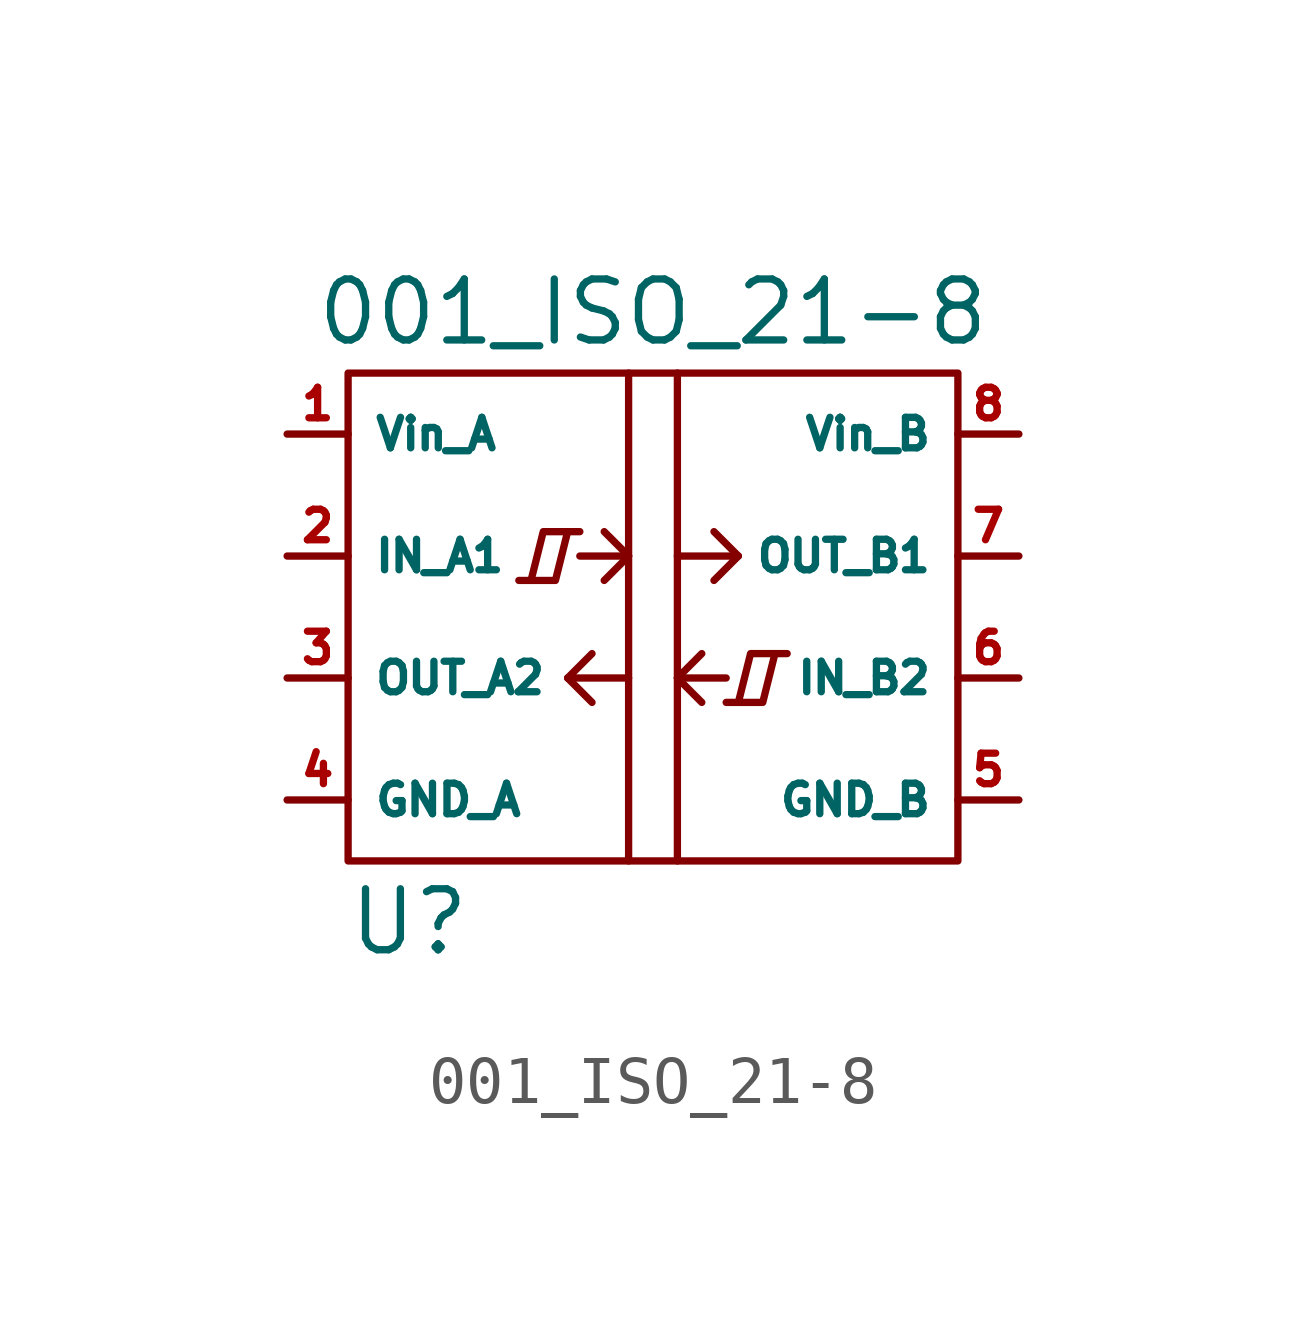
<source format=kicad_sym>
(kicad_symbol_lib
  (version 20211014)
  (generator kicad_symbol_editor)
  (symbol "001_ISO_21-8"
    (property "Reference" "U"
      (at -5.08 -5.08 0)
      (effects (font (size 1.27 1.27))))
    (property "Value" "001_ISO_21-8"
      (at 0 7.62 0)
      (effects (font (size 1.27 1.27))))
    (symbol "001_ISO_21-8_0_1"
      (rectangle (start -6.35 6.35) (end 6.35 -3.81) (stroke (width 0) (type default) (color 0 0 0 0)) (fill (type none)))
      (polyline (pts (xy -1.524 2.54) (xy -0.508 2.54)) (stroke (width 0) (type default) (color 0 0 0 0)) (fill (type none)))
      (polyline (pts (xy -0.508 0) (xy -1.778 0)) (stroke (width 0) (type default) (color 0 0 0 0)) (fill (type none)))
      (polyline (pts (xy -0.508 6.35) (xy -0.508 -3.81)) (stroke (width 0) (type default) (color 0 0 0 0)) (fill (type none)))
      (polyline (pts (xy 0.508 -3.81) (xy 0.508 6.35)) (stroke (width 0) (type default) (color 0 0 0 0)) (fill (type none)))
      (polyline (pts (xy 0.508 2.54) (xy 1.778 2.54)) (stroke (width 0) (type default) (color 0 0 0 0)) (fill (type none)))
      (polyline (pts (xy 1.524 0) (xy 0.508 0)) (stroke (width 0) (type default) (color 0 0 0 0)) (fill (type none)))
      (polyline (pts (xy -2.794 2.032) (xy -2.032 2.032) (xy -1.778 3.048)) (stroke (width 0) (type default) (color 0 0 0 0)) (fill (type none)))
      (polyline (pts (xy -1.524 3.048) (xy -2.286 3.048) (xy -2.54 2.032)) (stroke (width 0) (type default) (color 0 0 0 0)) (fill (type none)))
      (polyline (pts (xy -1.27 0.508) (xy -1.778 0) (xy -1.27 -0.508)) (stroke (width 0) (type default) (color 0 0 0 0)) (fill (type none)))
      (polyline (pts (xy -1.016 3.048) (xy -0.508 2.54) (xy -1.016 2.032)) (stroke (width 0) (type default) (color 0 0 0 0)) (fill (type none)))
      (polyline (pts (xy 1.016 0.508) (xy 0.508 0) (xy 1.016 -0.508)) (stroke (width 0) (type default) (color 0 0 0 0)) (fill (type none)))
      (polyline (pts (xy 1.27 3.048) (xy 1.778 2.54) (xy 1.27 2.032)) (stroke (width 0) (type default) (color 0 0 0 0)) (fill (type none)))
      (polyline (pts (xy 1.524 -0.508) (xy 2.286 -0.508) (xy 2.54 0.508)) (stroke (width 0) (type default) (color 0 0 0 0)) (fill (type none)))
      (polyline (pts (xy 2.794 0.508) (xy 2.032 0.508) (xy 1.778 -0.508)) (stroke (width 0) (type default) (color 0 0 0 0)) (fill (type none))))
    (symbol "001_ISO_21-8_1_1"
      (pin power_in line (at -7.62 5.08 0) (length 1.27) (name "Vin_A" (effects (font (size 0.635 0.635)))) (number "1" (effects (font (size 0.635 0.635)))))
      (pin input line (at -7.62 2.54 0) (length 1.27) (name "IN_A1" (effects (font (size 0.635 0.635)))) (number "2" (effects (font (size 0.635 0.635)))))
      (pin output line (at -7.62 0 0) (length 1.27) (name "OUT_A2" (effects (font (size 0.635 0.635)))) (number "3" (effects (font (size 0.635 0.635)))))
      (pin power_in line (at -7.62 -2.54 0) (length 1.27) (name "GND_A" (effects (font (size 0.635 0.635)))) (number "4" (effects (font (size 0.635 0.635)))))
      (pin power_in line (at 7.62 -2.54 180) (length 1.27) (name "GND_B" (effects (font (size 0.635 0.635)))) (number "5" (effects (font (size 0.635 0.635)))))
      (pin input line (at 7.62 0 180) (length 1.27) (name "IN_B2" (effects (font (size 0.635 0.635)))) (number "6" (effects (font (size 0.635 0.635)))))
      (pin output line (at 7.62 2.54 180) (length 1.27) (name "OUT_B1" (effects (font (size 0.635 0.635)))) (number "7" (effects (font (size 0.635 0.635)))))
      (pin power_in line (at 7.62 5.08 180) (length 1.27) (name "Vin_B" (effects (font (size 0.635 0.635)))) (number "8" (effects (font (size 0.635 0.635))))))))
</source>
